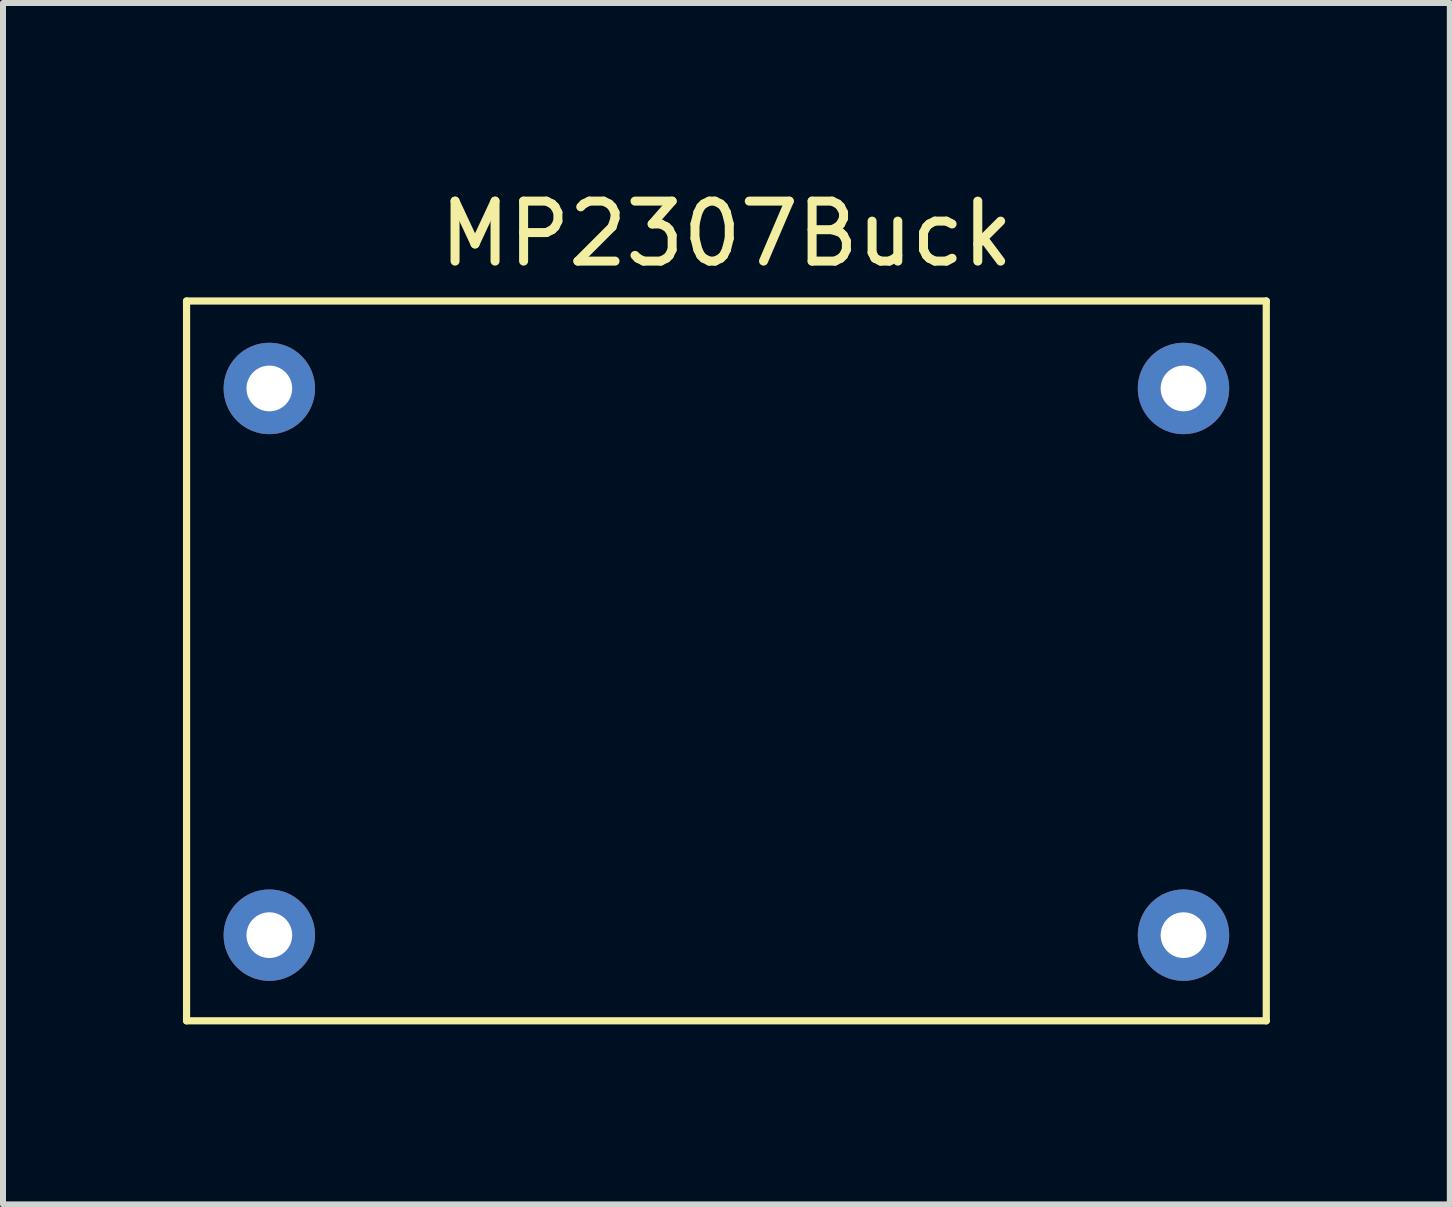
<source format=kicad_pcb>
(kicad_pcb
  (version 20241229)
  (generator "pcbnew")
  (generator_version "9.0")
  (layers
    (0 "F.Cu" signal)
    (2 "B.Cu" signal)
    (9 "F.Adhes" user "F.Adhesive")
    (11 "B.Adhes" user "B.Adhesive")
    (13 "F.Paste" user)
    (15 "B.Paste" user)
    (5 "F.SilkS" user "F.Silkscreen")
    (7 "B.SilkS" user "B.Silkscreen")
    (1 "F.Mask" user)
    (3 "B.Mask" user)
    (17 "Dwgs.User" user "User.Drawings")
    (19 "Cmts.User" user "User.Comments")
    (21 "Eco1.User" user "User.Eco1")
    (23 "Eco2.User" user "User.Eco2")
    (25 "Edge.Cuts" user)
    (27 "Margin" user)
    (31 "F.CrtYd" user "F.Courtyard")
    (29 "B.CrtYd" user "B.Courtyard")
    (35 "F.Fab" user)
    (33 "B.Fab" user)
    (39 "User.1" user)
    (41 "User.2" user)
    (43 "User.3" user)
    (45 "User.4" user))
  (footprint "MP2307Buck"
    (layer "F.Cu")
    (at 9.06 7.968)
    (property "Reference" "MP2307Buck" (at 0 -7.12 0) (layer "F.SilkS") (effects (font (size 1 1) (thickness 0.15))))
    (attr through_hole)
    (fp_line (start -9 -6) (end -9 6) (stroke (width 0.12) (type solid)) (layer "F.SilkS"))
    (fp_line (start -9 6) (end 9 6) (stroke (width 0.12) (type solid)) (layer "F.SilkS"))
    (fp_line (start 9 -6) (end -9 -6) (stroke (width 0.12) (type solid)) (layer "F.SilkS"))
    (fp_line (start 9 6) (end 9 -6) (stroke (width 0.12) (type solid)) (layer "F.SilkS"))
    (pad "1" thru_hole circle (at 7.62 4.572) (size 1.524 1.524) (drill 0.762) (layers "*.Cu" "*.Mask"))
    (pad "2" thru_hole circle (at 7.62 -4.542) (size 1.524 1.524) (drill 0.762) (layers "*.Cu" "*.Mask"))
    (pad "3" thru_hole circle (at -7.62 4.572) (size 1.524 1.524) (drill 0.762) (layers "*.Cu" "*.Mask"))
    (pad "4" thru_hole circle (at -7.62 -4.542) (size 1.524 1.524) (drill 0.762) (layers "*.Cu" "*.Mask")))
  (gr_rect
    (start -3 -3)
    (end 21.12 17.028)
    (stroke (width 0.1) (type default))
    (fill no)
    (layer "Edge.Cuts")))
</source>
